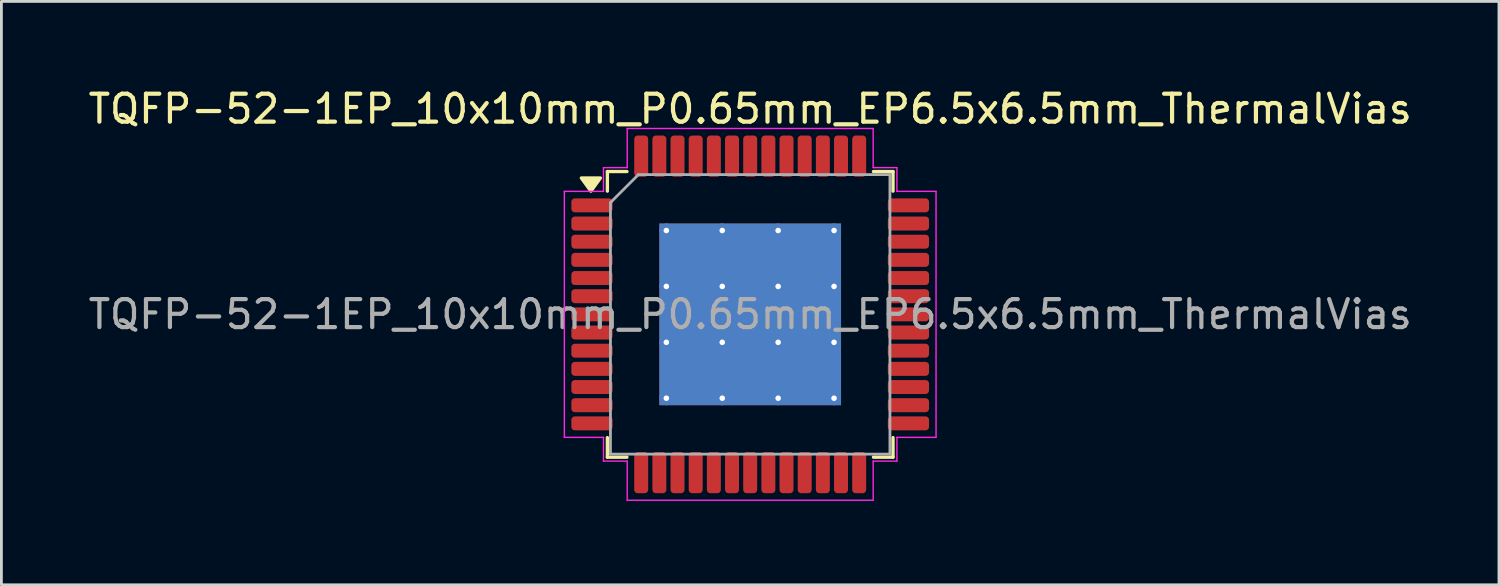
<source format=kicad_pcb>
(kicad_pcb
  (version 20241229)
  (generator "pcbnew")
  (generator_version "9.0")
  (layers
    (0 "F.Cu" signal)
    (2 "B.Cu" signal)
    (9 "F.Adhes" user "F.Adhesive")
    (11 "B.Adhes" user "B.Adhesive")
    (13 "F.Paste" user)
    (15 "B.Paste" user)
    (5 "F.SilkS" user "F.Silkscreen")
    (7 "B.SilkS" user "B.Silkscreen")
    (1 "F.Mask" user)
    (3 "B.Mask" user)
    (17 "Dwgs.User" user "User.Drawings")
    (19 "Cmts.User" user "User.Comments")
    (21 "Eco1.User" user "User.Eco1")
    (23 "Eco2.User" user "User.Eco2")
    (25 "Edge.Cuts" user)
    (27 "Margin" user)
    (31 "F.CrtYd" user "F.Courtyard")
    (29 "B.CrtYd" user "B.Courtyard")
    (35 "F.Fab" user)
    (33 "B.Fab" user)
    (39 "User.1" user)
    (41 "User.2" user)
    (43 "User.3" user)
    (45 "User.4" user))
  (footprint "TQFP-52-1EP_10x10mm_P0.65mm_EP6.5x6.5mm_ThermalVias"
    (layer "F.Cu")
    (at 23.792 8.198)
    (property "Reference" "TQFP-52-1EP_10x10mm_P0.65mm_EP6.5x6.5mm_ThermalVias" (at 0 -7.35 0) (layer "F.SilkS") (effects (font (size 1 1) (thickness 0.15))))
    (attr smd)
    (fp_line (start -5.11 -5.11) (end -5.11 -4.41) (stroke (width 0.12) (type solid)) (layer "F.SilkS"))
    (fp_line (start -5.11 5.11) (end -5.11 4.41) (stroke (width 0.12) (type solid)) (layer "F.SilkS"))
    (fp_line (start -4.41 -5.11) (end -5.11 -5.11) (stroke (width 0.12) (type solid)) (layer "F.SilkS"))
    (fp_line (start -4.41 5.11) (end -5.11 5.11) (stroke (width 0.12) (type solid)) (layer "F.SilkS"))
    (fp_line (start 4.41 -5.11) (end 5.11 -5.11) (stroke (width 0.12) (type solid)) (layer "F.SilkS"))
    (fp_line (start 4.41 5.11) (end 5.11 5.11) (stroke (width 0.12) (type solid)) (layer "F.SilkS"))
    (fp_line (start 5.11 -5.11) (end 5.11 -4.41) (stroke (width 0.12) (type solid)) (layer "F.SilkS"))
    (fp_line (start 5.11 5.11) (end 5.11 4.41) (stroke (width 0.12) (type solid)) (layer "F.SilkS"))
    (fp_poly (pts (xy -5.7 -4.41) (xy -6.04 -4.88) (xy -5.36 -4.88)) (stroke (width 0.12) (type solid)) (fill yes) (layer "F.SilkS"))
    (fp_line (start -6.65 -4.4) (end -5.25 -4.4) (stroke (width 0.05) (type solid)) (layer "F.CrtYd"))
    (fp_line (start -6.65 4.4) (end -6.65 -4.4) (stroke (width 0.05) (type solid)) (layer "F.CrtYd"))
    (fp_line (start -5.25 -5.25) (end -4.4 -5.25) (stroke (width 0.05) (type solid)) (layer "F.CrtYd"))
    (fp_line (start -5.25 -4.4) (end -5.25 -5.25) (stroke (width 0.05) (type solid)) (layer "F.CrtYd"))
    (fp_line (start -5.25 4.4) (end -6.65 4.4) (stroke (width 0.05) (type solid)) (layer "F.CrtYd"))
    (fp_line (start -5.25 5.25) (end -5.25 4.4) (stroke (width 0.05) (type solid)) (layer "F.CrtYd"))
    (fp_line (start -4.4 -6.65) (end 4.4 -6.65) (stroke (width 0.05) (type solid)) (layer "F.CrtYd"))
    (fp_line (start -4.4 -5.25) (end -4.4 -6.65) (stroke (width 0.05) (type solid)) (layer "F.CrtYd"))
    (fp_line (start -4.4 5.25) (end -5.25 5.25) (stroke (width 0.05) (type solid)) (layer "F.CrtYd"))
    (fp_line (start -4.4 6.65) (end -4.4 5.25) (stroke (width 0.05) (type solid)) (layer "F.CrtYd"))
    (fp_line (start 4.4 -6.65) (end 4.4 -5.25) (stroke (width 0.05) (type solid)) (layer "F.CrtYd"))
    (fp_line (start 4.4 -5.25) (end 5.25 -5.25) (stroke (width 0.05) (type solid)) (layer "F.CrtYd"))
    (fp_line (start 4.4 5.25) (end 4.4 6.65) (stroke (width 0.05) (type solid)) (layer "F.CrtYd"))
    (fp_line (start 4.4 6.65) (end -4.4 6.65) (stroke (width 0.05) (type solid)) (layer "F.CrtYd"))
    (fp_line (start 5.25 -5.25) (end 5.25 -4.4) (stroke (width 0.05) (type solid)) (layer "F.CrtYd"))
    (fp_line (start 5.25 -4.4) (end 6.65 -4.4) (stroke (width 0.05) (type solid)) (layer "F.CrtYd"))
    (fp_line (start 5.25 4.4) (end 5.25 5.25) (stroke (width 0.05) (type solid)) (layer "F.CrtYd"))
    (fp_line (start 5.25 5.25) (end 4.4 5.25) (stroke (width 0.05) (type solid)) (layer "F.CrtYd"))
    (fp_line (start 6.65 -4.4) (end 6.65 4.4) (stroke (width 0.05) (type solid)) (layer "F.CrtYd"))
    (fp_line (start 6.65 4.4) (end 5.25 4.4) (stroke (width 0.05) (type solid)) (layer "F.CrtYd"))
    (fp_line (start -5 -4) (end -4 -5) (stroke (width 0.1) (type solid)) (layer "F.Fab"))
    (fp_line (start -5 5) (end -5 -4) (stroke (width 0.1) (type solid)) (layer "F.Fab"))
    (fp_line (start -4 -5) (end 5 -5) (stroke (width 0.1) (type solid)) (layer "F.Fab"))
    (fp_line (start 5 -5) (end 5 5) (stroke (width 0.1) (type solid)) (layer "F.Fab"))
    (fp_line (start 5 5) (end -5 5) (stroke (width 0.1) (type solid)) (layer "F.Fab"))
    (fp_text user "${REFERENCE}" (at 0 0 0) (layer "F.Fab") (effects (font (size 1 1) (thickness 0.15))))
    (pad "" smd roundrect (at -2.6 -2.6) (size 1.05 1.05) (layers "F.Paste") (roundrect_rratio 0.238))
    (pad "" smd roundrect (at -2.6 -1.3) (size 1.05 1.05) (layers "F.Paste") (roundrect_rratio 0.238))
    (pad "" smd roundrect (at -2.6 0) (size 1.05 1.05) (layers "F.Paste") (roundrect_rratio 0.238))
    (pad "" smd roundrect (at -2.6 1.3) (size 1.05 1.05) (layers "F.Paste") (roundrect_rratio 0.238))
    (pad "" smd roundrect (at -2.6 2.6) (size 1.05 1.05) (layers "F.Paste") (roundrect_rratio 0.238))
    (pad "" smd roundrect (at -1.3 -2.6) (size 1.05 1.05) (layers "F.Paste") (roundrect_rratio 0.238))
    (pad "" smd roundrect (at -1.3 -1.3) (size 1.05 1.05) (layers "F.Paste") (roundrect_rratio 0.238))
    (pad "" smd roundrect (at -1.3 0) (size 1.05 1.05) (layers "F.Paste") (roundrect_rratio 0.238))
    (pad "" smd roundrect (at -1.3 1.3) (size 1.05 1.05) (layers "F.Paste") (roundrect_rratio 0.238))
    (pad "" smd roundrect (at -1.3 2.6) (size 1.05 1.05) (layers "F.Paste") (roundrect_rratio 0.238))
    (pad "" smd roundrect (at 0 -2.6) (size 1.05 1.05) (layers "F.Paste") (roundrect_rratio 0.238))
    (pad "" smd roundrect (at 0 -1.3) (size 1.05 1.05) (layers "F.Paste") (roundrect_rratio 0.238))
    (pad "" smd roundrect (at 0 0) (size 1.05 1.05) (layers "F.Paste") (roundrect_rratio 0.238))
    (pad "" smd roundrect (at 0 1.3) (size 1.05 1.05) (layers "F.Paste") (roundrect_rratio 0.238))
    (pad "" smd roundrect (at 0 2.6) (size 1.05 1.05) (layers "F.Paste") (roundrect_rratio 0.238))
    (pad "" smd roundrect (at 1.3 -2.6) (size 1.05 1.05) (layers "F.Paste") (roundrect_rratio 0.238))
    (pad "" smd roundrect (at 1.3 -1.3) (size 1.05 1.05) (layers "F.Paste") (roundrect_rratio 0.238))
    (pad "" smd roundrect (at 1.3 0) (size 1.05 1.05) (layers "F.Paste") (roundrect_rratio 0.238))
    (pad "" smd roundrect (at 1.3 1.3) (size 1.05 1.05) (layers "F.Paste") (roundrect_rratio 0.238))
    (pad "" smd roundrect (at 1.3 2.6) (size 1.05 1.05) (layers "F.Paste") (roundrect_rratio 0.238))
    (pad "" smd roundrect (at 2.6 -2.6) (size 1.05 1.05) (layers "F.Paste") (roundrect_rratio 0.238))
    (pad "" smd roundrect (at 2.6 -1.3) (size 1.05 1.05) (layers "F.Paste") (roundrect_rratio 0.238))
    (pad "" smd roundrect (at 2.6 0) (size 1.05 1.05) (layers "F.Paste") (roundrect_rratio 0.238))
    (pad "" smd roundrect (at 2.6 1.3) (size 1.05 1.05) (layers "F.Paste") (roundrect_rratio 0.238))
    (pad "" smd roundrect (at 2.6 2.6) (size 1.05 1.05) (layers "F.Paste") (roundrect_rratio 0.238))
    (pad "1" smd roundrect (at -5.662 -3.9) (size 1.475 0.5) (layers "F.Cu" "F.Mask" "F.Paste") (roundrect_rratio 0.25))
    (pad "2" smd roundrect (at -5.662 -3.25) (size 1.475 0.5) (layers "F.Cu" "F.Mask" "F.Paste") (roundrect_rratio 0.25))
    (pad "3" smd roundrect (at -5.662 -2.6) (size 1.475 0.5) (layers "F.Cu" "F.Mask" "F.Paste") (roundrect_rratio 0.25))
    (pad "4" smd roundrect (at -5.662 -1.95) (size 1.475 0.5) (layers "F.Cu" "F.Mask" "F.Paste") (roundrect_rratio 0.25))
    (pad "5" smd roundrect (at -5.662 -1.3) (size 1.475 0.5) (layers "F.Cu" "F.Mask" "F.Paste") (roundrect_rratio 0.25))
    (pad "6" smd roundrect (at -5.662 -0.65) (size 1.475 0.5) (layers "F.Cu" "F.Mask" "F.Paste") (roundrect_rratio 0.25))
    (pad "7" smd roundrect (at -5.662 0) (size 1.475 0.5) (layers "F.Cu" "F.Mask" "F.Paste") (roundrect_rratio 0.25))
    (pad "8" smd roundrect (at -5.662 0.65) (size 1.475 0.5) (layers "F.Cu" "F.Mask" "F.Paste") (roundrect_rratio 0.25))
    (pad "9" smd roundrect (at -5.662 1.3) (size 1.475 0.5) (layers "F.Cu" "F.Mask" "F.Paste") (roundrect_rratio 0.25))
    (pad "10" smd roundrect (at -5.662 1.95) (size 1.475 0.5) (layers "F.Cu" "F.Mask" "F.Paste") (roundrect_rratio 0.25))
    (pad "11" smd roundrect (at -5.662 2.6) (size 1.475 0.5) (layers "F.Cu" "F.Mask" "F.Paste") (roundrect_rratio 0.25))
    (pad "12" smd roundrect (at -5.662 3.25) (size 1.475 0.5) (layers "F.Cu" "F.Mask" "F.Paste") (roundrect_rratio 0.25))
    (pad "13" smd roundrect (at -5.662 3.9) (size 1.475 0.5) (layers "F.Cu" "F.Mask" "F.Paste") (roundrect_rratio 0.25))
    (pad "14" smd roundrect (at -3.9 5.662) (size 0.5 1.475) (layers "F.Cu" "F.Mask" "F.Paste") (roundrect_rratio 0.25))
    (pad "15" smd roundrect (at -3.25 5.662) (size 0.5 1.475) (layers "F.Cu" "F.Mask" "F.Paste") (roundrect_rratio 0.25))
    (pad "16" smd roundrect (at -2.6 5.662) (size 0.5 1.475) (layers "F.Cu" "F.Mask" "F.Paste") (roundrect_rratio 0.25))
    (pad "17" smd roundrect (at -1.95 5.662) (size 0.5 1.475) (layers "F.Cu" "F.Mask" "F.Paste") (roundrect_rratio 0.25))
    (pad "18" smd roundrect (at -1.3 5.662) (size 0.5 1.475) (layers "F.Cu" "F.Mask" "F.Paste") (roundrect_rratio 0.25))
    (pad "19" smd roundrect (at -0.65 5.662) (size 0.5 1.475) (layers "F.Cu" "F.Mask" "F.Paste") (roundrect_rratio 0.25))
    (pad "20" smd roundrect (at 0 5.662) (size 0.5 1.475) (layers "F.Cu" "F.Mask" "F.Paste") (roundrect_rratio 0.25))
    (pad "21" smd roundrect (at 0.65 5.662) (size 0.5 1.475) (layers "F.Cu" "F.Mask" "F.Paste") (roundrect_rratio 0.25))
    (pad "22" smd roundrect (at 1.3 5.662) (size 0.5 1.475) (layers "F.Cu" "F.Mask" "F.Paste") (roundrect_rratio 0.25))
    (pad "23" smd roundrect (at 1.95 5.662) (size 0.5 1.475) (layers "F.Cu" "F.Mask" "F.Paste") (roundrect_rratio 0.25))
    (pad "24" smd roundrect (at 2.6 5.662) (size 0.5 1.475) (layers "F.Cu" "F.Mask" "F.Paste") (roundrect_rratio 0.25))
    (pad "25" smd roundrect (at 3.25 5.662) (size 0.5 1.475) (layers "F.Cu" "F.Mask" "F.Paste") (roundrect_rratio 0.25))
    (pad "26" smd roundrect (at 3.9 5.662) (size 0.5 1.475) (layers "F.Cu" "F.Mask" "F.Paste") (roundrect_rratio 0.25))
    (pad "27" smd roundrect (at 5.662 3.9) (size 1.475 0.5) (layers "F.Cu" "F.Mask" "F.Paste") (roundrect_rratio 0.25))
    (pad "28" smd roundrect (at 5.662 3.25) (size 1.475 0.5) (layers "F.Cu" "F.Mask" "F.Paste") (roundrect_rratio 0.25))
    (pad "29" smd roundrect (at 5.662 2.6) (size 1.475 0.5) (layers "F.Cu" "F.Mask" "F.Paste") (roundrect_rratio 0.25))
    (pad "30" smd roundrect (at 5.662 1.95) (size 1.475 0.5) (layers "F.Cu" "F.Mask" "F.Paste") (roundrect_rratio 0.25))
    (pad "31" smd roundrect (at 5.662 1.3) (size 1.475 0.5) (layers "F.Cu" "F.Mask" "F.Paste") (roundrect_rratio 0.25))
    (pad "32" smd roundrect (at 5.662 0.65) (size 1.475 0.5) (layers "F.Cu" "F.Mask" "F.Paste") (roundrect_rratio 0.25))
    (pad "33" smd roundrect (at 5.662 0) (size 1.475 0.5) (layers "F.Cu" "F.Mask" "F.Paste") (roundrect_rratio 0.25))
    (pad "34" smd roundrect (at 5.662 -0.65) (size 1.475 0.5) (layers "F.Cu" "F.Mask" "F.Paste") (roundrect_rratio 0.25))
    (pad "35" smd roundrect (at 5.662 -1.3) (size 1.475 0.5) (layers "F.Cu" "F.Mask" "F.Paste") (roundrect_rratio 0.25))
    (pad "36" smd roundrect (at 5.662 -1.95) (size 1.475 0.5) (layers "F.Cu" "F.Mask" "F.Paste") (roundrect_rratio 0.25))
    (pad "37" smd roundrect (at 5.662 -2.6) (size 1.475 0.5) (layers "F.Cu" "F.Mask" "F.Paste") (roundrect_rratio 0.25))
    (pad "38" smd roundrect (at 5.662 -3.25) (size 1.475 0.5) (layers "F.Cu" "F.Mask" "F.Paste") (roundrect_rratio 0.25))
    (pad "39" smd roundrect (at 5.662 -3.9) (size 1.475 0.5) (layers "F.Cu" "F.Mask" "F.Paste") (roundrect_rratio 0.25))
    (pad "40" smd roundrect (at 3.9 -5.662) (size 0.5 1.475) (layers "F.Cu" "F.Mask" "F.Paste") (roundrect_rratio 0.25))
    (pad "41" smd roundrect (at 3.25 -5.662) (size 0.5 1.475) (layers "F.Cu" "F.Mask" "F.Paste") (roundrect_rratio 0.25))
    (pad "42" smd roundrect (at 2.6 -5.662) (size 0.5 1.475) (layers "F.Cu" "F.Mask" "F.Paste") (roundrect_rratio 0.25))
    (pad "43" smd roundrect (at 1.95 -5.662) (size 0.5 1.475) (layers "F.Cu" "F.Mask" "F.Paste") (roundrect_rratio 0.25))
    (pad "44" smd roundrect (at 1.3 -5.662) (size 0.5 1.475) (layers "F.Cu" "F.Mask" "F.Paste") (roundrect_rratio 0.25))
    (pad "45" smd roundrect (at 0.65 -5.662) (size 0.5 1.475) (layers "F.Cu" "F.Mask" "F.Paste") (roundrect_rratio 0.25))
    (pad "46" smd roundrect (at 0 -5.662) (size 0.5 1.475) (layers "F.Cu" "F.Mask" "F.Paste") (roundrect_rratio 0.25))
    (pad "47" smd roundrect (at -0.65 -5.662) (size 0.5 1.475) (layers "F.Cu" "F.Mask" "F.Paste") (roundrect_rratio 0.25))
    (pad "48" smd roundrect (at -1.3 -5.662) (size 0.5 1.475) (layers "F.Cu" "F.Mask" "F.Paste") (roundrect_rratio 0.25))
    (pad "49" smd roundrect (at -1.95 -5.662) (size 0.5 1.475) (layers "F.Cu" "F.Mask" "F.Paste") (roundrect_rratio 0.25))
    (pad "50" smd roundrect (at -2.6 -5.662) (size 0.5 1.475) (layers "F.Cu" "F.Mask" "F.Paste") (roundrect_rratio 0.25))
    (pad "51" smd roundrect (at -3.25 -5.662) (size 0.5 1.475) (layers "F.Cu" "F.Mask" "F.Paste") (roundrect_rratio 0.25))
    (pad "52" smd roundrect (at -3.9 -5.662) (size 0.5 1.475) (layers "F.Cu" "F.Mask" "F.Paste") (roundrect_rratio 0.25))
    (pad "53" thru_hole circle (at -3 -3) (size 0.5 0.5) (drill 0.2) (property pad_prop_heatsink) (layers "*.Cu"))
    (pad "53" thru_hole circle (at -3 -1) (size 0.5 0.5) (drill 0.2) (property pad_prop_heatsink) (layers "*.Cu"))
    (pad "53" thru_hole circle (at -3 1) (size 0.5 0.5) (drill 0.2) (property pad_prop_heatsink) (layers "*.Cu"))
    (pad "53" thru_hole circle (at -3 3) (size 0.5 0.5) (drill 0.2) (property pad_prop_heatsink) (layers "*.Cu"))
    (pad "53" thru_hole circle (at -1 -3) (size 0.5 0.5) (drill 0.2) (property pad_prop_heatsink) (layers "*.Cu"))
    (pad "53" thru_hole circle (at -1 -1) (size 0.5 0.5) (drill 0.2) (property pad_prop_heatsink) (layers "*.Cu"))
    (pad "53" thru_hole circle (at -1 1) (size 0.5 0.5) (drill 0.2) (property pad_prop_heatsink) (layers "*.Cu"))
    (pad "53" thru_hole circle (at -1 3) (size 0.5 0.5) (drill 0.2) (property pad_prop_heatsink) (layers "*.Cu"))
    (pad "53" smd rect (at 0 0) (size 6.5 6.5) (property pad_prop_heatsink) (layers "F.Cu" "F.Mask"))
    (pad "53" smd rect (at 0 0) (size 6.5 6.5) (property pad_prop_heatsink) (layers "B.Cu"))
    (pad "53" thru_hole circle (at 1 -3) (size 0.5 0.5) (drill 0.2) (property pad_prop_heatsink) (layers "*.Cu"))
    (pad "53" thru_hole circle (at 1 -1) (size 0.5 0.5) (drill 0.2) (property pad_prop_heatsink) (layers "*.Cu"))
    (pad "53" thru_hole circle (at 1 1) (size 0.5 0.5) (drill 0.2) (property pad_prop_heatsink) (layers "*.Cu"))
    (pad "53" thru_hole circle (at 1 3) (size 0.5 0.5) (drill 0.2) (property pad_prop_heatsink) (layers "*.Cu"))
    (pad "53" thru_hole circle (at 3 -3) (size 0.5 0.5) (drill 0.2) (property pad_prop_heatsink) (layers "*.Cu"))
    (pad "53" thru_hole circle (at 3 -1) (size 0.5 0.5) (drill 0.2) (property pad_prop_heatsink) (layers "*.Cu"))
    (pad "53" thru_hole circle (at 3 1) (size 0.5 0.5) (drill 0.2) (property pad_prop_heatsink) (layers "*.Cu"))
    (pad "53" thru_hole circle (at 3 3) (size 0.5 0.5) (drill 0.2) (property pad_prop_heatsink) (layers "*.Cu")))
  (gr_rect
    (start -3 -3)
    (end 50.583 17.873)
    (stroke (width 0.1) (type default))
    (fill no)
    (layer "Edge.Cuts")))
</source>
